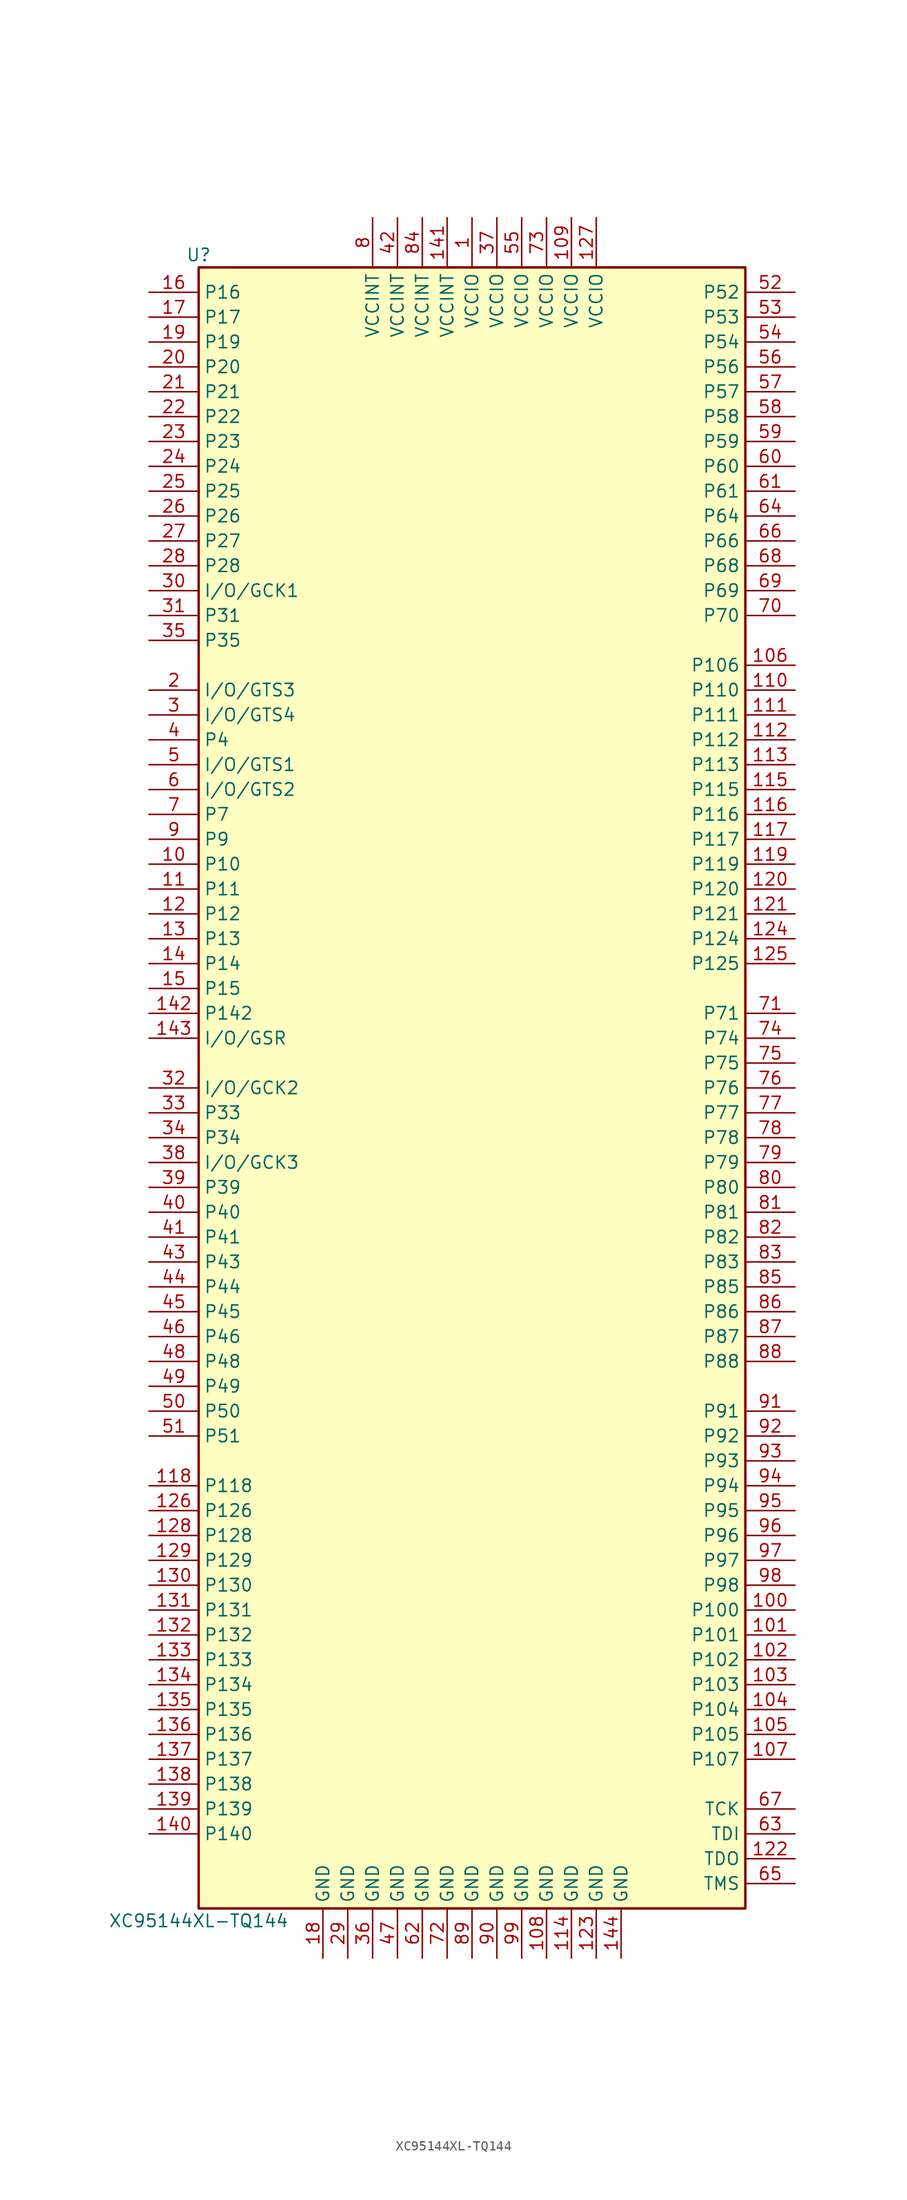
<source format=kicad_sym>
(kicad_symbol_lib
  (version 20211014)
  (generator kicad_symbol_editor)
  (symbol "XC95144XL-TQ144"
    (property "Reference" "U"
      (at -27.94 85.09 0)
      (effects (font (size 1.27 1.27))))
    (property "Value" "XC95144XL-TQ144"
      (at -27.94 -85.09 0)
      (effects (font (size 1.27 1.27))))
    (symbol "XC95144XL-TQ144_1_1"
      (rectangle (start -27.94 83.82) (end 27.94 -83.82) (stroke (width 0.254) (type default) (color 0 0 0 0)) (fill (type background)))
      (pin power_in line (at 0 88.9 270) (length 5.08) (name "VCCIO" (effects (font (size 1.27 1.27)))) (number "1" (effects (font (size 1.27 1.27)))))
      (pin bidirectional line (at -33.02 22.86 0) (length 5.08) (name "P10" (effects (font (size 1.27 1.27)))) (number "10" (effects (font (size 1.27 1.27)))))
      (pin bidirectional line (at 33.02 -53.34 180) (length 5.08) (name "P100" (effects (font (size 1.27 1.27)))) (number "100" (effects (font (size 1.27 1.27)))))
      (pin bidirectional line (at 33.02 -55.88 180) (length 5.08) (name "P101" (effects (font (size 1.27 1.27)))) (number "101" (effects (font (size 1.27 1.27)))))
      (pin bidirectional line (at 33.02 -58.42 180) (length 5.08) (name "P102" (effects (font (size 1.27 1.27)))) (number "102" (effects (font (size 1.27 1.27)))))
      (pin bidirectional line (at 33.02 -60.96 180) (length 5.08) (name "P103" (effects (font (size 1.27 1.27)))) (number "103" (effects (font (size 1.27 1.27)))))
      (pin bidirectional line (at 33.02 -63.5 180) (length 5.08) (name "P104" (effects (font (size 1.27 1.27)))) (number "104" (effects (font (size 1.27 1.27)))))
      (pin bidirectional line (at 33.02 -66.04 180) (length 5.08) (name "P105" (effects (font (size 1.27 1.27)))) (number "105" (effects (font (size 1.27 1.27)))))
      (pin bidirectional line (at 33.02 43.18 180) (length 5.08) (name "P106" (effects (font (size 1.27 1.27)))) (number "106" (effects (font (size 1.27 1.27)))))
      (pin bidirectional line (at 33.02 -68.58 180) (length 5.08) (name "P107" (effects (font (size 1.27 1.27)))) (number "107" (effects (font (size 1.27 1.27)))))
      (pin power_in line (at 7.62 -88.9 90) (length 5.08) (name "GND" (effects (font (size 1.27 1.27)))) (number "108" (effects (font (size 1.27 1.27)))))
      (pin power_in line (at 10.16 88.9 270) (length 5.08) (name "VCCIO" (effects (font (size 1.27 1.27)))) (number "109" (effects (font (size 1.27 1.27)))))
      (pin bidirectional line (at -33.02 20.32 0) (length 5.08) (name "P11" (effects (font (size 1.27 1.27)))) (number "11" (effects (font (size 1.27 1.27)))))
      (pin bidirectional line (at 33.02 40.64 180) (length 5.08) (name "P110" (effects (font (size 1.27 1.27)))) (number "110" (effects (font (size 1.27 1.27)))))
      (pin bidirectional line (at 33.02 38.1 180) (length 5.08) (name "P111" (effects (font (size 1.27 1.27)))) (number "111" (effects (font (size 1.27 1.27)))))
      (pin bidirectional line (at 33.02 35.56 180) (length 5.08) (name "P112" (effects (font (size 1.27 1.27)))) (number "112" (effects (font (size 1.27 1.27)))))
      (pin bidirectional line (at 33.02 33.02 180) (length 5.08) (name "P113" (effects (font (size 1.27 1.27)))) (number "113" (effects (font (size 1.27 1.27)))))
      (pin power_in line (at 10.16 -88.9 90) (length 5.08) (name "GND" (effects (font (size 1.27 1.27)))) (number "114" (effects (font (size 1.27 1.27)))))
      (pin bidirectional line (at 33.02 30.48 180) (length 5.08) (name "P115" (effects (font (size 1.27 1.27)))) (number "115" (effects (font (size 1.27 1.27)))))
      (pin bidirectional line (at 33.02 27.94 180) (length 5.08) (name "P116" (effects (font (size 1.27 1.27)))) (number "116" (effects (font (size 1.27 1.27)))))
      (pin bidirectional line (at 33.02 25.4 180) (length 5.08) (name "P117" (effects (font (size 1.27 1.27)))) (number "117" (effects (font (size 1.27 1.27)))))
      (pin bidirectional line (at -33.02 -40.64 0) (length 5.08) (name "P118" (effects (font (size 1.27 1.27)))) (number "118" (effects (font (size 1.27 1.27)))))
      (pin bidirectional line (at 33.02 22.86 180) (length 5.08) (name "P119" (effects (font (size 1.27 1.27)))) (number "119" (effects (font (size 1.27 1.27)))))
      (pin bidirectional line (at -33.02 17.78 0) (length 5.08) (name "P12" (effects (font (size 1.27 1.27)))) (number "12" (effects (font (size 1.27 1.27)))))
      (pin bidirectional line (at 33.02 20.32 180) (length 5.08) (name "P120" (effects (font (size 1.27 1.27)))) (number "120" (effects (font (size 1.27 1.27)))))
      (pin bidirectional line (at 33.02 17.78 180) (length 5.08) (name "P121" (effects (font (size 1.27 1.27)))) (number "121" (effects (font (size 1.27 1.27)))))
      (pin bidirectional line (at 33.02 -78.74 180) (length 5.08) (name "TDO" (effects (font (size 1.27 1.27)))) (number "122" (effects (font (size 1.27 1.27)))))
      (pin power_in line (at 12.7 -88.9 90) (length 5.08) (name "GND" (effects (font (size 1.27 1.27)))) (number "123" (effects (font (size 1.27 1.27)))))
      (pin bidirectional line (at 33.02 15.24 180) (length 5.08) (name "P124" (effects (font (size 1.27 1.27)))) (number "124" (effects (font (size 1.27 1.27)))))
      (pin bidirectional line (at 33.02 12.7 180) (length 5.08) (name "P125" (effects (font (size 1.27 1.27)))) (number "125" (effects (font (size 1.27 1.27)))))
      (pin bidirectional line (at -33.02 -43.18 0) (length 5.08) (name "P126" (effects (font (size 1.27 1.27)))) (number "126" (effects (font (size 1.27 1.27)))))
      (pin power_in line (at 12.7 88.9 270) (length 5.08) (name "VCCIO" (effects (font (size 1.27 1.27)))) (number "127" (effects (font (size 1.27 1.27)))))
      (pin bidirectional line (at -33.02 -45.72 0) (length 5.08) (name "P128" (effects (font (size 1.27 1.27)))) (number "128" (effects (font (size 1.27 1.27)))))
      (pin bidirectional line (at -33.02 -48.26 0) (length 5.08) (name "P129" (effects (font (size 1.27 1.27)))) (number "129" (effects (font (size 1.27 1.27)))))
      (pin bidirectional line (at -33.02 15.24 0) (length 5.08) (name "P13" (effects (font (size 1.27 1.27)))) (number "13" (effects (font (size 1.27 1.27)))))
      (pin bidirectional line (at -33.02 -50.8 0) (length 5.08) (name "P130" (effects (font (size 1.27 1.27)))) (number "130" (effects (font (size 1.27 1.27)))))
      (pin bidirectional line (at -33.02 -53.34 0) (length 5.08) (name "P131" (effects (font (size 1.27 1.27)))) (number "131" (effects (font (size 1.27 1.27)))))
      (pin bidirectional line (at -33.02 -55.88 0) (length 5.08) (name "P132" (effects (font (size 1.27 1.27)))) (number "132" (effects (font (size 1.27 1.27)))))
      (pin bidirectional line (at -33.02 -58.42 0) (length 5.08) (name "P133" (effects (font (size 1.27 1.27)))) (number "133" (effects (font (size 1.27 1.27)))))
      (pin bidirectional line (at -33.02 -60.96 0) (length 5.08) (name "P134" (effects (font (size 1.27 1.27)))) (number "134" (effects (font (size 1.27 1.27)))))
      (pin bidirectional line (at -33.02 -63.5 0) (length 5.08) (name "P135" (effects (font (size 1.27 1.27)))) (number "135" (effects (font (size 1.27 1.27)))))
      (pin bidirectional line (at -33.02 -66.04 0) (length 5.08) (name "P136" (effects (font (size 1.27 1.27)))) (number "136" (effects (font (size 1.27 1.27)))))
      (pin bidirectional line (at -33.02 -68.58 0) (length 5.08) (name "P137" (effects (font (size 1.27 1.27)))) (number "137" (effects (font (size 1.27 1.27)))))
      (pin bidirectional line (at -33.02 -71.12 0) (length 5.08) (name "P138" (effects (font (size 1.27 1.27)))) (number "138" (effects (font (size 1.27 1.27)))))
      (pin bidirectional line (at -33.02 -73.66 0) (length 5.08) (name "P139" (effects (font (size 1.27 1.27)))) (number "139" (effects (font (size 1.27 1.27)))))
      (pin bidirectional line (at -33.02 12.7 0) (length 5.08) (name "P14" (effects (font (size 1.27 1.27)))) (number "14" (effects (font (size 1.27 1.27)))))
      (pin bidirectional line (at -33.02 -76.2 0) (length 5.08) (name "P140" (effects (font (size 1.27 1.27)))) (number "140" (effects (font (size 1.27 1.27)))))
      (pin power_in line (at -2.54 88.9 270) (length 5.08) (name "VCCINT" (effects (font (size 1.27 1.27)))) (number "141" (effects (font (size 1.27 1.27)))))
      (pin bidirectional line (at -33.02 7.62 0) (length 5.08) (name "P142" (effects (font (size 1.27 1.27)))) (number "142" (effects (font (size 1.27 1.27)))))
      (pin bidirectional line (at -33.02 5.08 0) (length 5.08) (name "I/O/GSR" (effects (font (size 1.27 1.27)))) (number "143" (effects (font (size 1.27 1.27)))))
      (pin power_in line (at 15.24 -88.9 90) (length 5.08) (name "GND" (effects (font (size 1.27 1.27)))) (number "144" (effects (font (size 1.27 1.27)))))
      (pin bidirectional line (at -33.02 10.16 0) (length 5.08) (name "P15" (effects (font (size 1.27 1.27)))) (number "15" (effects (font (size 1.27 1.27)))))
      (pin bidirectional line (at -33.02 81.28 0) (length 5.08) (name "P16" (effects (font (size 1.27 1.27)))) (number "16" (effects (font (size 1.27 1.27)))))
      (pin bidirectional line (at -33.02 78.74 0) (length 5.08) (name "P17" (effects (font (size 1.27 1.27)))) (number "17" (effects (font (size 1.27 1.27)))))
      (pin power_in line (at -15.24 -88.9 90) (length 5.08) (name "GND" (effects (font (size 1.27 1.27)))) (number "18" (effects (font (size 1.27 1.27)))))
      (pin bidirectional line (at -33.02 76.2 0) (length 5.08) (name "P19" (effects (font (size 1.27 1.27)))) (number "19" (effects (font (size 1.27 1.27)))))
      (pin bidirectional line (at -33.02 40.64 0) (length 5.08) (name "I/O/GTS3" (effects (font (size 1.27 1.27)))) (number "2" (effects (font (size 1.27 1.27)))))
      (pin bidirectional line (at -33.02 73.66 0) (length 5.08) (name "P20" (effects (font (size 1.27 1.27)))) (number "20" (effects (font (size 1.27 1.27)))))
      (pin bidirectional line (at -33.02 71.12 0) (length 5.08) (name "P21" (effects (font (size 1.27 1.27)))) (number "21" (effects (font (size 1.27 1.27)))))
      (pin bidirectional line (at -33.02 68.58 0) (length 5.08) (name "P22" (effects (font (size 1.27 1.27)))) (number "22" (effects (font (size 1.27 1.27)))))
      (pin bidirectional line (at -33.02 66.04 0) (length 5.08) (name "P23" (effects (font (size 1.27 1.27)))) (number "23" (effects (font (size 1.27 1.27)))))
      (pin bidirectional line (at -33.02 63.5 0) (length 5.08) (name "P24" (effects (font (size 1.27 1.27)))) (number "24" (effects (font (size 1.27 1.27)))))
      (pin bidirectional line (at -33.02 60.96 0) (length 5.08) (name "P25" (effects (font (size 1.27 1.27)))) (number "25" (effects (font (size 1.27 1.27)))))
      (pin bidirectional line (at -33.02 58.42 0) (length 5.08) (name "P26" (effects (font (size 1.27 1.27)))) (number "26" (effects (font (size 1.27 1.27)))))
      (pin bidirectional line (at -33.02 55.88 0) (length 5.08) (name "P27" (effects (font (size 1.27 1.27)))) (number "27" (effects (font (size 1.27 1.27)))))
      (pin bidirectional line (at -33.02 53.34 0) (length 5.08) (name "P28" (effects (font (size 1.27 1.27)))) (number "28" (effects (font (size 1.27 1.27)))))
      (pin power_in line (at -12.7 -88.9 90) (length 5.08) (name "GND" (effects (font (size 1.27 1.27)))) (number "29" (effects (font (size 1.27 1.27)))))
      (pin bidirectional line (at -33.02 38.1 0) (length 5.08) (name "I/O/GTS4" (effects (font (size 1.27 1.27)))) (number "3" (effects (font (size 1.27 1.27)))))
      (pin bidirectional line (at -33.02 50.8 0) (length 5.08) (name "I/O/GCK1" (effects (font (size 1.27 1.27)))) (number "30" (effects (font (size 1.27 1.27)))))
      (pin bidirectional line (at -33.02 48.26 0) (length 5.08) (name "P31" (effects (font (size 1.27 1.27)))) (number "31" (effects (font (size 1.27 1.27)))))
      (pin bidirectional line (at -33.02 0 0) (length 5.08) (name "I/O/GCK2" (effects (font (size 1.27 1.27)))) (number "32" (effects (font (size 1.27 1.27)))))
      (pin bidirectional line (at -33.02 -2.54 0) (length 5.08) (name "P33" (effects (font (size 1.27 1.27)))) (number "33" (effects (font (size 1.27 1.27)))))
      (pin bidirectional line (at -33.02 -5.08 0) (length 5.08) (name "P34" (effects (font (size 1.27 1.27)))) (number "34" (effects (font (size 1.27 1.27)))))
      (pin bidirectional line (at -33.02 45.72 0) (length 5.08) (name "P35" (effects (font (size 1.27 1.27)))) (number "35" (effects (font (size 1.27 1.27)))))
      (pin power_in line (at -10.16 -88.9 90) (length 5.08) (name "GND" (effects (font (size 1.27 1.27)))) (number "36" (effects (font (size 1.27 1.27)))))
      (pin power_in line (at 2.54 88.9 270) (length 5.08) (name "VCCIO" (effects (font (size 1.27 1.27)))) (number "37" (effects (font (size 1.27 1.27)))))
      (pin bidirectional line (at -33.02 -7.62 0) (length 5.08) (name "I/O/GCK3" (effects (font (size 1.27 1.27)))) (number "38" (effects (font (size 1.27 1.27)))))
      (pin bidirectional line (at -33.02 -10.16 0) (length 5.08) (name "P39" (effects (font (size 1.27 1.27)))) (number "39" (effects (font (size 1.27 1.27)))))
      (pin bidirectional line (at -33.02 35.56 0) (length 5.08) (name "P4" (effects (font (size 1.27 1.27)))) (number "4" (effects (font (size 1.27 1.27)))))
      (pin bidirectional line (at -33.02 -12.7 0) (length 5.08) (name "P40" (effects (font (size 1.27 1.27)))) (number "40" (effects (font (size 1.27 1.27)))))
      (pin bidirectional line (at -33.02 -15.24 0) (length 5.08) (name "P41" (effects (font (size 1.27 1.27)))) (number "41" (effects (font (size 1.27 1.27)))))
      (pin power_in line (at -7.62 88.9 270) (length 5.08) (name "VCCINT" (effects (font (size 1.27 1.27)))) (number "42" (effects (font (size 1.27 1.27)))))
      (pin bidirectional line (at -33.02 -17.78 0) (length 5.08) (name "P43" (effects (font (size 1.27 1.27)))) (number "43" (effects (font (size 1.27 1.27)))))
      (pin bidirectional line (at -33.02 -20.32 0) (length 5.08) (name "P44" (effects (font (size 1.27 1.27)))) (number "44" (effects (font (size 1.27 1.27)))))
      (pin bidirectional line (at -33.02 -22.86 0) (length 5.08) (name "P45" (effects (font (size 1.27 1.27)))) (number "45" (effects (font (size 1.27 1.27)))))
      (pin bidirectional line (at -33.02 -25.4 0) (length 5.08) (name "P46" (effects (font (size 1.27 1.27)))) (number "46" (effects (font (size 1.27 1.27)))))
      (pin power_in line (at -7.62 -88.9 90) (length 5.08) (name "GND" (effects (font (size 1.27 1.27)))) (number "47" (effects (font (size 1.27 1.27)))))
      (pin bidirectional line (at -33.02 -27.94 0) (length 5.08) (name "P48" (effects (font (size 1.27 1.27)))) (number "48" (effects (font (size 1.27 1.27)))))
      (pin bidirectional line (at -33.02 -30.48 0) (length 5.08) (name "P49" (effects (font (size 1.27 1.27)))) (number "49" (effects (font (size 1.27 1.27)))))
      (pin bidirectional line (at -33.02 33.02 0) (length 5.08) (name "I/O/GTS1" (effects (font (size 1.27 1.27)))) (number "5" (effects (font (size 1.27 1.27)))))
      (pin bidirectional line (at -33.02 -33.02 0) (length 5.08) (name "P50" (effects (font (size 1.27 1.27)))) (number "50" (effects (font (size 1.27 1.27)))))
      (pin bidirectional line (at -33.02 -35.56 0) (length 5.08) (name "P51" (effects (font (size 1.27 1.27)))) (number "51" (effects (font (size 1.27 1.27)))))
      (pin bidirectional line (at 33.02 81.28 180) (length 5.08) (name "P52" (effects (font (size 1.27 1.27)))) (number "52" (effects (font (size 1.27 1.27)))))
      (pin bidirectional line (at 33.02 78.74 180) (length 5.08) (name "P53" (effects (font (size 1.27 1.27)))) (number "53" (effects (font (size 1.27 1.27)))))
      (pin bidirectional line (at 33.02 76.2 180) (length 5.08) (name "P54" (effects (font (size 1.27 1.27)))) (number "54" (effects (font (size 1.27 1.27)))))
      (pin power_in line (at 5.08 88.9 270) (length 5.08) (name "VCCIO" (effects (font (size 1.27 1.27)))) (number "55" (effects (font (size 1.27 1.27)))))
      (pin bidirectional line (at 33.02 73.66 180) (length 5.08) (name "P56" (effects (font (size 1.27 1.27)))) (number "56" (effects (font (size 1.27 1.27)))))
      (pin bidirectional line (at 33.02 71.12 180) (length 5.08) (name "P57" (effects (font (size 1.27 1.27)))) (number "57" (effects (font (size 1.27 1.27)))))
      (pin bidirectional line (at 33.02 68.58 180) (length 5.08) (name "P58" (effects (font (size 1.27 1.27)))) (number "58" (effects (font (size 1.27 1.27)))))
      (pin bidirectional line (at 33.02 66.04 180) (length 5.08) (name "P59" (effects (font (size 1.27 1.27)))) (number "59" (effects (font (size 1.27 1.27)))))
      (pin bidirectional line (at -33.02 30.48 0) (length 5.08) (name "I/O/GTS2" (effects (font (size 1.27 1.27)))) (number "6" (effects (font (size 1.27 1.27)))))
      (pin bidirectional line (at 33.02 63.5 180) (length 5.08) (name "P60" (effects (font (size 1.27 1.27)))) (number "60" (effects (font (size 1.27 1.27)))))
      (pin bidirectional line (at 33.02 60.96 180) (length 5.08) (name "P61" (effects (font (size 1.27 1.27)))) (number "61" (effects (font (size 1.27 1.27)))))
      (pin power_in line (at -5.08 -88.9 90) (length 5.08) (name "GND" (effects (font (size 1.27 1.27)))) (number "62" (effects (font (size 1.27 1.27)))))
      (pin bidirectional line (at 33.02 -76.2 180) (length 5.08) (name "TDI" (effects (font (size 1.27 1.27)))) (number "63" (effects (font (size 1.27 1.27)))))
      (pin bidirectional line (at 33.02 58.42 180) (length 5.08) (name "P64" (effects (font (size 1.27 1.27)))) (number "64" (effects (font (size 1.27 1.27)))))
      (pin bidirectional line (at 33.02 -81.28 180) (length 5.08) (name "TMS" (effects (font (size 1.27 1.27)))) (number "65" (effects (font (size 1.27 1.27)))))
      (pin bidirectional line (at 33.02 55.88 180) (length 5.08) (name "P66" (effects (font (size 1.27 1.27)))) (number "66" (effects (font (size 1.27 1.27)))))
      (pin bidirectional line (at 33.02 -73.66 180) (length 5.08) (name "TCK" (effects (font (size 1.27 1.27)))) (number "67" (effects (font (size 1.27 1.27)))))
      (pin bidirectional line (at 33.02 53.34 180) (length 5.08) (name "P68" (effects (font (size 1.27 1.27)))) (number "68" (effects (font (size 1.27 1.27)))))
      (pin bidirectional line (at 33.02 50.8 180) (length 5.08) (name "P69" (effects (font (size 1.27 1.27)))) (number "69" (effects (font (size 1.27 1.27)))))
      (pin bidirectional line (at -33.02 27.94 0) (length 5.08) (name "P7" (effects (font (size 1.27 1.27)))) (number "7" (effects (font (size 1.27 1.27)))))
      (pin bidirectional line (at 33.02 48.26 180) (length 5.08) (name "P70" (effects (font (size 1.27 1.27)))) (number "70" (effects (font (size 1.27 1.27)))))
      (pin bidirectional line (at 33.02 7.62 180) (length 5.08) (name "P71" (effects (font (size 1.27 1.27)))) (number "71" (effects (font (size 1.27 1.27)))))
      (pin power_in line (at -2.54 -88.9 90) (length 5.08) (name "GND" (effects (font (size 1.27 1.27)))) (number "72" (effects (font (size 1.27 1.27)))))
      (pin power_in line (at 7.62 88.9 270) (length 5.08) (name "VCCIO" (effects (font (size 1.27 1.27)))) (number "73" (effects (font (size 1.27 1.27)))))
      (pin bidirectional line (at 33.02 5.08 180) (length 5.08) (name "P74" (effects (font (size 1.27 1.27)))) (number "74" (effects (font (size 1.27 1.27)))))
      (pin bidirectional line (at 33.02 2.54 180) (length 5.08) (name "P75" (effects (font (size 1.27 1.27)))) (number "75" (effects (font (size 1.27 1.27)))))
      (pin bidirectional line (at 33.02 0 180) (length 5.08) (name "P76" (effects (font (size 1.27 1.27)))) (number "76" (effects (font (size 1.27 1.27)))))
      (pin bidirectional line (at 33.02 -2.54 180) (length 5.08) (name "P77" (effects (font (size 1.27 1.27)))) (number "77" (effects (font (size 1.27 1.27)))))
      (pin bidirectional line (at 33.02 -5.08 180) (length 5.08) (name "P78" (effects (font (size 1.27 1.27)))) (number "78" (effects (font (size 1.27 1.27)))))
      (pin bidirectional line (at 33.02 -7.62 180) (length 5.08) (name "P79" (effects (font (size 1.27 1.27)))) (number "79" (effects (font (size 1.27 1.27)))))
      (pin power_in line (at -10.16 88.9 270) (length 5.08) (name "VCCINT" (effects (font (size 1.27 1.27)))) (number "8" (effects (font (size 1.27 1.27)))))
      (pin bidirectional line (at 33.02 -10.16 180) (length 5.08) (name "P80" (effects (font (size 1.27 1.27)))) (number "80" (effects (font (size 1.27 1.27)))))
      (pin bidirectional line (at 33.02 -12.7 180) (length 5.08) (name "P81" (effects (font (size 1.27 1.27)))) (number "81" (effects (font (size 1.27 1.27)))))
      (pin bidirectional line (at 33.02 -15.24 180) (length 5.08) (name "P82" (effects (font (size 1.27 1.27)))) (number "82" (effects (font (size 1.27 1.27)))))
      (pin bidirectional line (at 33.02 -17.78 180) (length 5.08) (name "P83" (effects (font (size 1.27 1.27)))) (number "83" (effects (font (size 1.27 1.27)))))
      (pin power_in line (at -5.08 88.9 270) (length 5.08) (name "VCCINT" (effects (font (size 1.27 1.27)))) (number "84" (effects (font (size 1.27 1.27)))))
      (pin bidirectional line (at 33.02 -20.32 180) (length 5.08) (name "P85" (effects (font (size 1.27 1.27)))) (number "85" (effects (font (size 1.27 1.27)))))
      (pin bidirectional line (at 33.02 -22.86 180) (length 5.08) (name "P86" (effects (font (size 1.27 1.27)))) (number "86" (effects (font (size 1.27 1.27)))))
      (pin bidirectional line (at 33.02 -25.4 180) (length 5.08) (name "P87" (effects (font (size 1.27 1.27)))) (number "87" (effects (font (size 1.27 1.27)))))
      (pin bidirectional line (at 33.02 -27.94 180) (length 5.08) (name "P88" (effects (font (size 1.27 1.27)))) (number "88" (effects (font (size 1.27 1.27)))))
      (pin power_in line (at 0 -88.9 90) (length 5.08) (name "GND" (effects (font (size 1.27 1.27)))) (number "89" (effects (font (size 1.27 1.27)))))
      (pin bidirectional line (at -33.02 25.4 0) (length 5.08) (name "P9" (effects (font (size 1.27 1.27)))) (number "9" (effects (font (size 1.27 1.27)))))
      (pin power_in line (at 2.54 -88.9 90) (length 5.08) (name "GND" (effects (font (size 1.27 1.27)))) (number "90" (effects (font (size 1.27 1.27)))))
      (pin bidirectional line (at 33.02 -33.02 180) (length 5.08) (name "P91" (effects (font (size 1.27 1.27)))) (number "91" (effects (font (size 1.27 1.27)))))
      (pin bidirectional line (at 33.02 -35.56 180) (length 5.08) (name "P92" (effects (font (size 1.27 1.27)))) (number "92" (effects (font (size 1.27 1.27)))))
      (pin bidirectional line (at 33.02 -38.1 180) (length 5.08) (name "P93" (effects (font (size 1.27 1.27)))) (number "93" (effects (font (size 1.27 1.27)))))
      (pin bidirectional line (at 33.02 -40.64 180) (length 5.08) (name "P94" (effects (font (size 1.27 1.27)))) (number "94" (effects (font (size 1.27 1.27)))))
      (pin bidirectional line (at 33.02 -43.18 180) (length 5.08) (name "P95" (effects (font (size 1.27 1.27)))) (number "95" (effects (font (size 1.27 1.27)))))
      (pin bidirectional line (at 33.02 -45.72 180) (length 5.08) (name "P96" (effects (font (size 1.27 1.27)))) (number "96" (effects (font (size 1.27 1.27)))))
      (pin bidirectional line (at 33.02 -48.26 180) (length 5.08) (name "P97" (effects (font (size 1.27 1.27)))) (number "97" (effects (font (size 1.27 1.27)))))
      (pin bidirectional line (at 33.02 -50.8 180) (length 5.08) (name "P98" (effects (font (size 1.27 1.27)))) (number "98" (effects (font (size 1.27 1.27)))))
      (pin power_in line (at 5.08 -88.9 90) (length 5.08) (name "GND" (effects (font (size 1.27 1.27)))) (number "99" (effects (font (size 1.27 1.27))))))))
</source>
